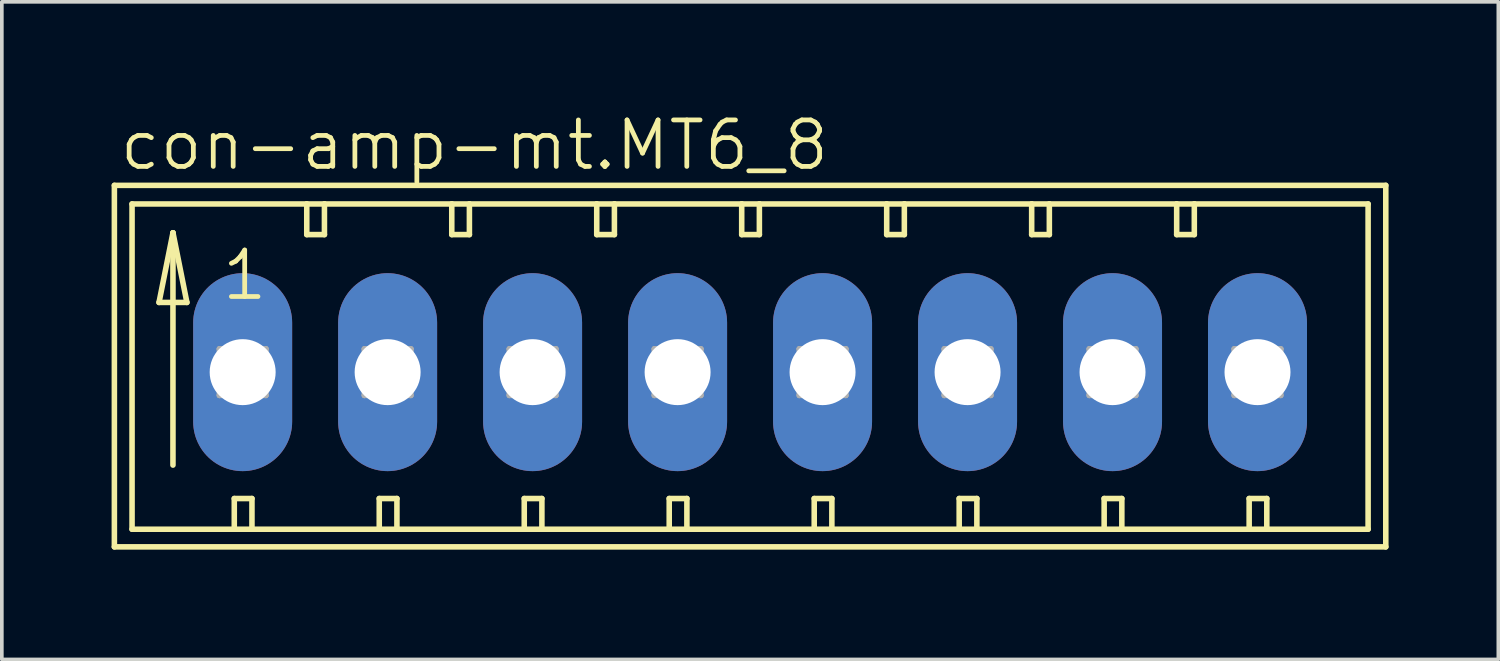
<source format=kicad_pcb>
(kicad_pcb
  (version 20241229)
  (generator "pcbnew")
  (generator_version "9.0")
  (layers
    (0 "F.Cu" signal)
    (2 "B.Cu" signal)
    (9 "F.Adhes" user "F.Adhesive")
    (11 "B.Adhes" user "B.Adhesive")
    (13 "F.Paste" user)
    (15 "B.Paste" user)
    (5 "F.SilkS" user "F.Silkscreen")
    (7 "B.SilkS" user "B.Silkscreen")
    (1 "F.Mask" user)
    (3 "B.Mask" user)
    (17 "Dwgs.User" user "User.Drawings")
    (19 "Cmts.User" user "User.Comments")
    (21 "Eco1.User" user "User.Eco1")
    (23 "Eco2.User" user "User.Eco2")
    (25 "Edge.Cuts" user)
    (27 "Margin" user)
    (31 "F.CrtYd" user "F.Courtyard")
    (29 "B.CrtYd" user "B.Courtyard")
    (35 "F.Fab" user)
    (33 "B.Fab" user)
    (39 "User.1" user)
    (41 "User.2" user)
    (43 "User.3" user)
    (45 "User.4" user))
  (footprint "con-amp-mt.MT6_8"
    (layer "F.Cu")
    (at 17.45 7.121)
    (property "Reference" "con-amp-mt.MT6_8" (at -17.297 -5.461 0) (layer "F.SilkS") (effects (font (size 1.27 1.27) (thickness 0.13)) (justify left bottom)))
    (attr through_hole)
    (fp_line (start -17.374 -5.105) (end -17.374 4.775) (stroke (width 0.152) (type default)) (layer "F.SilkS"))
    (fp_line (start -17.374 4.775) (end 17.374 4.775) (stroke (width 0.152) (type default)) (layer "F.SilkS"))
    (fp_line (start -16.891 -4.597) (end -16.891 4.293) (stroke (width 0.152) (type default)) (layer "F.SilkS"))
    (fp_line (start -16.891 4.293) (end -14.097 4.293) (stroke (width 0.152) (type default)) (layer "F.SilkS"))
    (fp_line (start -16.154 -1.905) (end -15.392 -1.905) (stroke (width 0.152) (type default)) (layer "F.SilkS"))
    (fp_line (start -15.773 -3.81) (end -16.154 -1.905) (stroke (width 0.152) (type default)) (layer "F.SilkS"))
    (fp_line (start -15.773 -3.81) (end -15.392 -1.905) (stroke (width 0.152) (type default)) (layer "F.SilkS"))
    (fp_line (start -15.773 2.54) (end -15.773 -3.81) (stroke (width 0.152) (type default)) (layer "F.SilkS"))
    (fp_line (start -14.097 3.454) (end -14.097 4.293) (stroke (width 0.152) (type default)) (layer "F.SilkS"))
    (fp_line (start -14.097 3.454) (end -13.614 3.454) (stroke (width 0.152) (type default)) (layer "F.SilkS"))
    (fp_line (start -14.097 4.293) (end -13.614 4.293) (stroke (width 0.152) (type default)) (layer "F.SilkS"))
    (fp_line (start -13.614 3.454) (end -13.614 4.293) (stroke (width 0.152) (type default)) (layer "F.SilkS"))
    (fp_line (start -13.614 4.293) (end -10.135 4.293) (stroke (width 0.152) (type default)) (layer "F.SilkS"))
    (fp_line (start -12.116 -4.597) (end -16.891 -4.597) (stroke (width 0.152) (type default)) (layer "F.SilkS"))
    (fp_line (start -12.116 -4.597) (end -12.116 -3.759) (stroke (width 0.152) (type default)) (layer "F.SilkS"))
    (fp_line (start -12.116 -3.759) (end -11.633 -3.759) (stroke (width 0.152) (type default)) (layer "F.SilkS"))
    (fp_line (start -11.633 -4.597) (end -12.116 -4.597) (stroke (width 0.152) (type default)) (layer "F.SilkS"))
    (fp_line (start -11.633 -3.759) (end -11.633 -4.597) (stroke (width 0.152) (type default)) (layer "F.SilkS"))
    (fp_line (start -10.135 3.454) (end -10.135 4.293) (stroke (width 0.152) (type default)) (layer "F.SilkS"))
    (fp_line (start -10.135 3.454) (end -9.652 3.454) (stroke (width 0.152) (type default)) (layer "F.SilkS"))
    (fp_line (start -10.135 4.293) (end -9.652 4.293) (stroke (width 0.152) (type default)) (layer "F.SilkS"))
    (fp_line (start -9.652 3.454) (end -9.652 4.293) (stroke (width 0.152) (type default)) (layer "F.SilkS"))
    (fp_line (start -9.652 4.293) (end -6.172 4.293) (stroke (width 0.152) (type default)) (layer "F.SilkS"))
    (fp_line (start -8.153 -4.597) (end -11.633 -4.597) (stroke (width 0.152) (type default)) (layer "F.SilkS"))
    (fp_line (start -8.153 -3.759) (end -8.153 -4.597) (stroke (width 0.152) (type default)) (layer "F.SilkS"))
    (fp_line (start -8.153 -3.759) (end -7.671 -3.759) (stroke (width 0.152) (type default)) (layer "F.SilkS"))
    (fp_line (start -7.671 -4.597) (end -8.153 -4.597) (stroke (width 0.152) (type default)) (layer "F.SilkS"))
    (fp_line (start -7.671 -3.759) (end -7.671 -4.597) (stroke (width 0.152) (type default)) (layer "F.SilkS"))
    (fp_line (start -6.172 3.454) (end -6.172 4.293) (stroke (width 0.152) (type default)) (layer "F.SilkS"))
    (fp_line (start -6.172 3.454) (end -5.69 3.454) (stroke (width 0.152) (type default)) (layer "F.SilkS"))
    (fp_line (start -6.172 4.293) (end -5.69 4.293) (stroke (width 0.152) (type default)) (layer "F.SilkS"))
    (fp_line (start -5.69 3.454) (end -5.69 4.293) (stroke (width 0.152) (type default)) (layer "F.SilkS"))
    (fp_line (start -5.69 4.293) (end -2.21 4.293) (stroke (width 0.152) (type default)) (layer "F.SilkS"))
    (fp_line (start -4.191 -4.597) (end -7.671 -4.597) (stroke (width 0.152) (type default)) (layer "F.SilkS"))
    (fp_line (start -4.191 -3.759) (end -4.191 -4.597) (stroke (width 0.152) (type default)) (layer "F.SilkS"))
    (fp_line (start -4.191 -3.759) (end -3.708 -3.759) (stroke (width 0.152) (type default)) (layer "F.SilkS"))
    (fp_line (start -3.708 -4.597) (end -4.191 -4.597) (stroke (width 0.152) (type default)) (layer "F.SilkS"))
    (fp_line (start -3.708 -3.759) (end -3.708 -4.597) (stroke (width 0.152) (type default)) (layer "F.SilkS"))
    (fp_line (start -2.21 3.454) (end -2.21 4.293) (stroke (width 0.152) (type default)) (layer "F.SilkS"))
    (fp_line (start -2.21 3.454) (end -1.727 3.454) (stroke (width 0.152) (type default)) (layer "F.SilkS"))
    (fp_line (start -2.21 4.293) (end -1.727 4.293) (stroke (width 0.152) (type default)) (layer "F.SilkS"))
    (fp_line (start -1.727 3.454) (end -1.727 4.293) (stroke (width 0.152) (type default)) (layer "F.SilkS"))
    (fp_line (start -1.727 4.293) (end 1.753 4.293) (stroke (width 0.152) (type default)) (layer "F.SilkS"))
    (fp_line (start -0.229 -4.597) (end -3.708 -4.597) (stroke (width 0.152) (type default)) (layer "F.SilkS"))
    (fp_line (start -0.229 -3.759) (end -0.229 -4.597) (stroke (width 0.152) (type default)) (layer "F.SilkS"))
    (fp_line (start -0.229 -3.759) (end 0.254 -3.759) (stroke (width 0.152) (type default)) (layer "F.SilkS"))
    (fp_line (start 0.254 -4.597) (end -0.229 -4.597) (stroke (width 0.152) (type default)) (layer "F.SilkS"))
    (fp_line (start 0.254 -3.759) (end 0.254 -4.597) (stroke (width 0.152) (type default)) (layer "F.SilkS"))
    (fp_line (start 1.753 3.454) (end 1.753 4.293) (stroke (width 0.152) (type default)) (layer "F.SilkS"))
    (fp_line (start 1.753 3.454) (end 2.235 3.454) (stroke (width 0.152) (type default)) (layer "F.SilkS"))
    (fp_line (start 1.753 4.293) (end 2.235 4.293) (stroke (width 0.152) (type default)) (layer "F.SilkS"))
    (fp_line (start 2.235 3.454) (end 2.235 4.293) (stroke (width 0.152) (type default)) (layer "F.SilkS"))
    (fp_line (start 2.235 4.293) (end 5.715 4.293) (stroke (width 0.152) (type default)) (layer "F.SilkS"))
    (fp_line (start 3.734 -4.597) (end 0.254 -4.597) (stroke (width 0.152) (type default)) (layer "F.SilkS"))
    (fp_line (start 3.734 -3.759) (end 3.734 -4.597) (stroke (width 0.152) (type default)) (layer "F.SilkS"))
    (fp_line (start 3.734 -3.759) (end 4.216 -3.759) (stroke (width 0.152) (type default)) (layer "F.SilkS"))
    (fp_line (start 4.216 -4.597) (end 3.734 -4.597) (stroke (width 0.152) (type default)) (layer "F.SilkS"))
    (fp_line (start 4.216 -3.759) (end 4.216 -4.597) (stroke (width 0.152) (type default)) (layer "F.SilkS"))
    (fp_line (start 5.715 3.454) (end 5.715 4.293) (stroke (width 0.152) (type default)) (layer "F.SilkS"))
    (fp_line (start 5.715 3.454) (end 6.198 3.454) (stroke (width 0.152) (type default)) (layer "F.SilkS"))
    (fp_line (start 5.715 4.293) (end 6.198 4.293) (stroke (width 0.152) (type default)) (layer "F.SilkS"))
    (fp_line (start 6.198 3.454) (end 6.198 4.293) (stroke (width 0.152) (type default)) (layer "F.SilkS"))
    (fp_line (start 6.198 4.293) (end 9.677 4.293) (stroke (width 0.152) (type default)) (layer "F.SilkS"))
    (fp_line (start 7.696 -4.597) (end 4.216 -4.597) (stroke (width 0.152) (type default)) (layer "F.SilkS"))
    (fp_line (start 7.696 -3.759) (end 7.696 -4.597) (stroke (width 0.152) (type default)) (layer "F.SilkS"))
    (fp_line (start 7.696 -3.759) (end 8.179 -3.759) (stroke (width 0.152) (type default)) (layer "F.SilkS"))
    (fp_line (start 8.179 -4.597) (end 7.696 -4.597) (stroke (width 0.152) (type default)) (layer "F.SilkS"))
    (fp_line (start 8.179 -3.759) (end 8.179 -4.597) (stroke (width 0.152) (type default)) (layer "F.SilkS"))
    (fp_line (start 9.677 3.454) (end 9.677 4.293) (stroke (width 0.152) (type default)) (layer "F.SilkS"))
    (fp_line (start 9.677 3.454) (end 10.16 3.454) (stroke (width 0.152) (type default)) (layer "F.SilkS"))
    (fp_line (start 9.677 4.293) (end 10.16 4.293) (stroke (width 0.152) (type default)) (layer "F.SilkS"))
    (fp_line (start 10.16 3.454) (end 10.16 4.293) (stroke (width 0.152) (type default)) (layer "F.SilkS"))
    (fp_line (start 10.16 4.293) (end 13.64 4.293) (stroke (width 0.152) (type default)) (layer "F.SilkS"))
    (fp_line (start 11.659 -4.597) (end 8.179 -4.597) (stroke (width 0.152) (type default)) (layer "F.SilkS"))
    (fp_line (start 11.659 -3.759) (end 11.659 -4.597) (stroke (width 0.152) (type default)) (layer "F.SilkS"))
    (fp_line (start 11.659 -3.759) (end 12.141 -3.759) (stroke (width 0.152) (type default)) (layer "F.SilkS"))
    (fp_line (start 12.141 -4.597) (end 11.659 -4.597) (stroke (width 0.152) (type default)) (layer "F.SilkS"))
    (fp_line (start 12.141 -3.759) (end 12.141 -4.597) (stroke (width 0.152) (type default)) (layer "F.SilkS"))
    (fp_line (start 13.64 3.454) (end 13.64 4.293) (stroke (width 0.152) (type default)) (layer "F.SilkS"))
    (fp_line (start 13.64 3.454) (end 14.122 3.454) (stroke (width 0.152) (type default)) (layer "F.SilkS"))
    (fp_line (start 13.64 4.293) (end 14.122 4.293) (stroke (width 0.152) (type default)) (layer "F.SilkS"))
    (fp_line (start 14.122 3.454) (end 14.122 4.293) (stroke (width 0.152) (type default)) (layer "F.SilkS"))
    (fp_line (start 14.122 4.293) (end 16.891 4.293) (stroke (width 0.152) (type default)) (layer "F.SilkS"))
    (fp_line (start 16.891 -4.597) (end 12.141 -4.597) (stroke (width 0.152) (type default)) (layer "F.SilkS"))
    (fp_line (start 16.891 4.293) (end 16.891 -4.597) (stroke (width 0.152) (type default)) (layer "F.SilkS"))
    (fp_line (start 17.374 -5.105) (end -17.374 -5.105) (stroke (width 0.152) (type default)) (layer "F.SilkS"))
    (fp_line (start 17.374 4.775) (end 17.374 -5.105) (stroke (width 0.152) (type default)) (layer "F.SilkS"))
    (fp_line (start -14.503 -0.635) (end -14.503 0.635) (stroke (width 0.152) (type default)) (layer "F.Fab"))
    (fp_line (start -14.503 -0.635) (end -13.233 0.635) (stroke (width 0.152) (type default)) (layer "F.Fab"))
    (fp_line (start -14.503 0.635) (end -13.233 0.635) (stroke (width 0.152) (type default)) (layer "F.Fab"))
    (fp_line (start -13.233 -0.635) (end -14.503 -0.635) (stroke (width 0.152) (type default)) (layer "F.Fab"))
    (fp_line (start -13.233 -0.635) (end -14.503 0.635) (stroke (width 0.152) (type default)) (layer "F.Fab"))
    (fp_line (start -13.233 0.635) (end -13.233 -0.635) (stroke (width 0.152) (type default)) (layer "F.Fab"))
    (fp_line (start -10.541 -0.635) (end -10.541 0.635) (stroke (width 0.152) (type default)) (layer "F.Fab"))
    (fp_line (start -10.541 -0.635) (end -9.271 0.635) (stroke (width 0.152) (type default)) (layer "F.Fab"))
    (fp_line (start -10.541 0.635) (end -9.271 0.635) (stroke (width 0.152) (type default)) (layer "F.Fab"))
    (fp_line (start -9.271 -0.635) (end -10.541 -0.635) (stroke (width 0.152) (type default)) (layer "F.Fab"))
    (fp_line (start -9.271 -0.635) (end -10.541 0.635) (stroke (width 0.152) (type default)) (layer "F.Fab"))
    (fp_line (start -9.271 0.635) (end -9.271 -0.635) (stroke (width 0.152) (type default)) (layer "F.Fab"))
    (fp_line (start -6.579 -0.635) (end -6.579 0.635) (stroke (width 0.152) (type default)) (layer "F.Fab"))
    (fp_line (start -6.579 -0.635) (end -5.309 0.635) (stroke (width 0.152) (type default)) (layer "F.Fab"))
    (fp_line (start -6.579 0.635) (end -5.309 0.635) (stroke (width 0.152) (type default)) (layer "F.Fab"))
    (fp_line (start -5.309 -0.635) (end -6.579 -0.635) (stroke (width 0.152) (type default)) (layer "F.Fab"))
    (fp_line (start -5.309 -0.635) (end -6.579 0.635) (stroke (width 0.152) (type default)) (layer "F.Fab"))
    (fp_line (start -5.309 0.635) (end -5.309 -0.635) (stroke (width 0.152) (type default)) (layer "F.Fab"))
    (fp_line (start -2.616 -0.635) (end -2.616 0.635) (stroke (width 0.152) (type default)) (layer "F.Fab"))
    (fp_line (start -2.616 -0.635) (end -1.346 0.635) (stroke (width 0.152) (type default)) (layer "F.Fab"))
    (fp_line (start -2.616 0.635) (end -1.346 0.635) (stroke (width 0.152) (type default)) (layer "F.Fab"))
    (fp_line (start -1.346 -0.635) (end -2.616 -0.635) (stroke (width 0.152) (type default)) (layer "F.Fab"))
    (fp_line (start -1.346 -0.635) (end -2.616 0.635) (stroke (width 0.152) (type default)) (layer "F.Fab"))
    (fp_line (start -1.346 0.635) (end -1.346 -0.635) (stroke (width 0.152) (type default)) (layer "F.Fab"))
    (fp_line (start 1.346 -0.635) (end 1.346 0.635) (stroke (width 0.152) (type default)) (layer "F.Fab"))
    (fp_line (start 1.346 -0.635) (end 2.616 0.635) (stroke (width 0.152) (type default)) (layer "F.Fab"))
    (fp_line (start 1.346 0.635) (end 2.616 0.635) (stroke (width 0.152) (type default)) (layer "F.Fab"))
    (fp_line (start 2.616 -0.635) (end 1.346 -0.635) (stroke (width 0.152) (type default)) (layer "F.Fab"))
    (fp_line (start 2.616 -0.635) (end 1.346 0.635) (stroke (width 0.152) (type default)) (layer "F.Fab"))
    (fp_line (start 2.616 0.635) (end 2.616 -0.635) (stroke (width 0.152) (type default)) (layer "F.Fab"))
    (fp_line (start 5.309 -0.635) (end 5.309 0.635) (stroke (width 0.152) (type default)) (layer "F.Fab"))
    (fp_line (start 5.309 -0.635) (end 6.579 0.635) (stroke (width 0.152) (type default)) (layer "F.Fab"))
    (fp_line (start 5.309 0.635) (end 6.579 0.635) (stroke (width 0.152) (type default)) (layer "F.Fab"))
    (fp_line (start 6.579 -0.635) (end 5.309 -0.635) (stroke (width 0.152) (type default)) (layer "F.Fab"))
    (fp_line (start 6.579 -0.635) (end 5.309 0.635) (stroke (width 0.152) (type default)) (layer "F.Fab"))
    (fp_line (start 6.579 0.635) (end 6.579 -0.635) (stroke (width 0.152) (type default)) (layer "F.Fab"))
    (fp_line (start 9.271 -0.635) (end 9.271 0.635) (stroke (width 0.152) (type default)) (layer "F.Fab"))
    (fp_line (start 9.271 -0.635) (end 10.541 0.635) (stroke (width 0.152) (type default)) (layer "F.Fab"))
    (fp_line (start 9.271 0.635) (end 10.541 0.635) (stroke (width 0.152) (type default)) (layer "F.Fab"))
    (fp_line (start 10.541 -0.635) (end 9.271 -0.635) (stroke (width 0.152) (type default)) (layer "F.Fab"))
    (fp_line (start 10.541 -0.635) (end 9.271 0.635) (stroke (width 0.152) (type default)) (layer "F.Fab"))
    (fp_line (start 10.541 0.635) (end 10.541 -0.635) (stroke (width 0.152) (type default)) (layer "F.Fab"))
    (fp_line (start 13.233 -0.635) (end 13.233 0.635) (stroke (width 0.152) (type default)) (layer "F.Fab"))
    (fp_line (start 13.233 -0.635) (end 14.503 0.635) (stroke (width 0.152) (type default)) (layer "F.Fab"))
    (fp_line (start 13.233 0.635) (end 14.503 0.635) (stroke (width 0.152) (type default)) (layer "F.Fab"))
    (fp_line (start 14.503 -0.635) (end 13.233 -0.635) (stroke (width 0.152) (type default)) (layer "F.Fab"))
    (fp_line (start 14.503 -0.635) (end 13.233 0.635) (stroke (width 0.152) (type default)) (layer "F.Fab"))
    (fp_line (start 14.503 0.635) (end 14.503 -0.635) (stroke (width 0.152) (type default)) (layer "F.Fab"))
    (fp_text user "1" (at -14.503 -1.905 0) (layer "F.SilkS") (effects (font (size 1.27 1.27) (thickness 0.13)) (justify left bottom)))
    (pad "1" thru_hole oval (at -13.868 0 90) (size 5.41 2.705) (drill 1.803) (layers "*.Cu" "*.Mask"))
    (pad "2" thru_hole oval (at -9.906 0 90) (size 5.41 2.705) (drill 1.803) (layers "*.Cu" "*.Mask"))
    (pad "3" thru_hole oval (at -5.944 0 90) (size 5.41 2.705) (drill 1.803) (layers "*.Cu" "*.Mask"))
    (pad "4" thru_hole oval (at -1.981 0 90) (size 5.41 2.705) (drill 1.803) (layers "*.Cu" "*.Mask"))
    (pad "5" thru_hole oval (at 1.981 0 90) (size 5.41 2.705) (drill 1.803) (layers "*.Cu" "*.Mask"))
    (pad "6" thru_hole oval (at 5.944 0 90) (size 5.41 2.705) (drill 1.803) (layers "*.Cu" "*.Mask"))
    (pad "7" thru_hole oval (at 9.906 0 90) (size 5.41 2.705) (drill 1.803) (layers "*.Cu" "*.Mask"))
    (pad "8" thru_hole oval (at 13.868 0 90) (size 5.41 2.705) (drill 1.803) (layers "*.Cu" "*.Mask")))
  (gr_rect
    (start -3 -3)
    (end 37.9 14.972)
    (stroke (width 0.1) (type default))
    (fill no)
    (layer "Edge.Cuts")))
</source>
